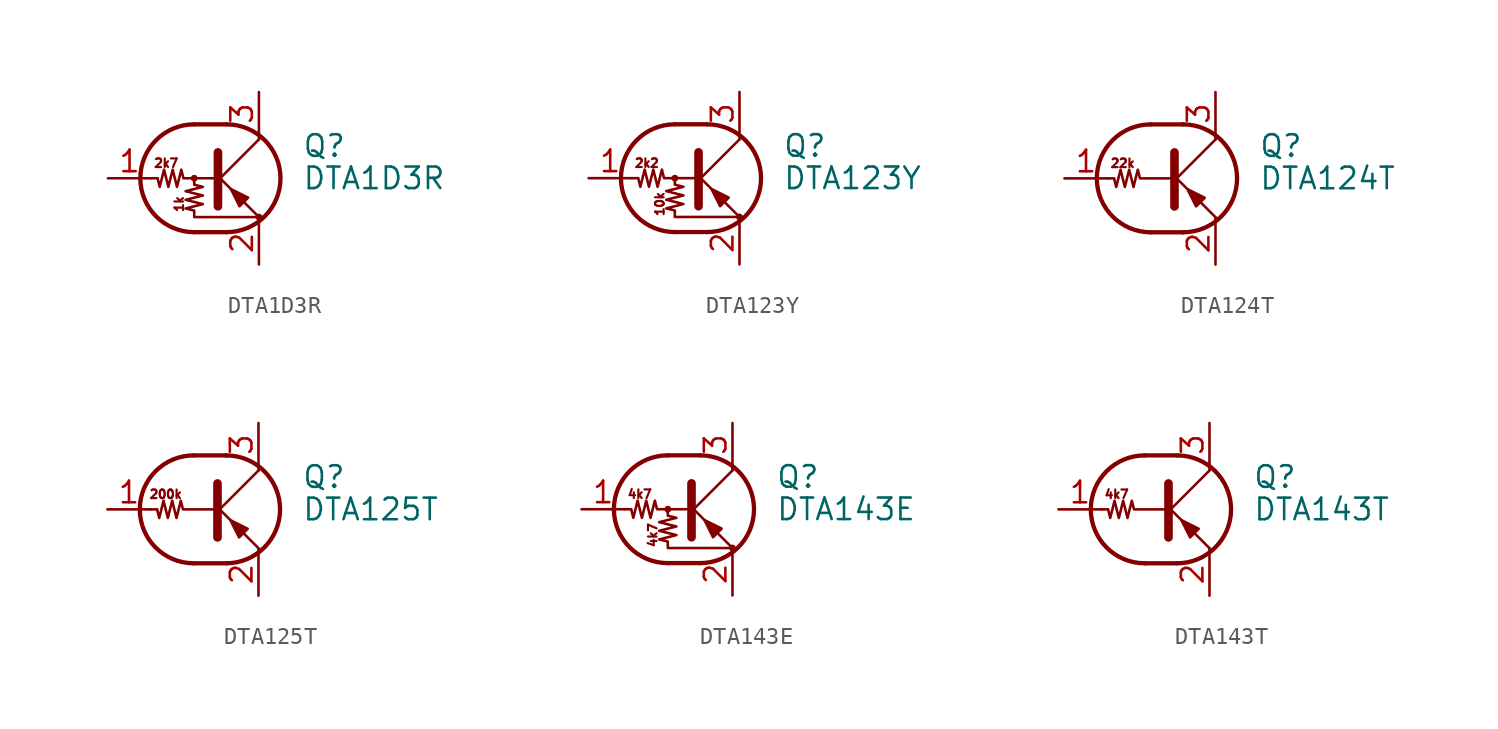
<source format=kicad_sym>
(kicad_symbol_lib
  (version 20220914)
  (generator kicad_symbol_editor)
  (symbol "DTA1D3R"
    (pin_names
      (offset 0) hide)
    (property "Reference" "Q"
      (at 5.08 1.905 0)
      (effects (font (size 1.27 1.27)) (justify left)))
    (property "Value" "DTA1D3R"
      (at 5.08 0 0)
      (effects (font (size 1.27 1.27)) (justify left)))
    (symbol "DTA1D3R_0_0"
      (text "1k" (at -2.159 -1.524 900) (effects (font (size 0.508 0.508))))
      (text "2k7" (at -2.921 0.889 0) (effects (font (size 0.508 0.508)))))
    (symbol "DTA1D3R_0_1"
      (circle (center -1.27 0) (radius 0.127) (stroke (width 0) (type solid)) (fill (type none)))
      (arc (start -1.27 3.175) (mid -4.4312 0) (end -1.27 -3.175) (stroke (width 0.254) (type solid)) (fill (type none)))
      (polyline (pts (xy -3.429 0) (xy -3.81 0)) (stroke (width 0) (type solid)) (fill (type none)))
      (polyline (pts (xy -1.27 -3.175) (xy 0.635 -3.175)) (stroke (width 0.254) (type solid)) (fill (type none)))
      (polyline (pts (xy -1.27 3.175) (xy 0.635 3.175)) (stroke (width 0.254) (type solid)) (fill (type none)))
      (polyline (pts (xy 0 -0.254) (xy 2.54 2.286)) (stroke (width 0) (type solid)) (fill (type none)))
      (polyline (pts (xy 0.127 1.524) (xy 0.127 -1.651)) (stroke (width 0.508) (type solid)) (fill (type outline)))
      (polyline (pts (xy 2.54 2.286) (xy 2.54 2.54)) (stroke (width 0) (type solid)) (fill (type none)))
      (polyline (pts (xy 2.54 -2.286) (xy 0 0.254) (xy 0 0.254)) (stroke (width 0) (type solid)) (fill (type none)))
      (polyline (pts (xy 1.397 -1.651) (xy 1.905 -1.143) (xy 0.889 -0.635) (xy 1.397 -1.651)) (stroke (width 0) (type solid)) (fill (type outline)))
      (polyline (pts (xy 0 0) (xy -1.905 0) (xy -2.032 0.508) (xy -2.286 -0.508) (xy -2.54 0.508) (xy -2.794 -0.508) (xy -3.048 0.508) (xy -3.302 -0.508) (xy -3.429 0)) (stroke (width 0) (type solid)) (fill (type none)))
      (polyline (pts (xy -1.27 0) (xy -1.27 -0.381) (xy -0.762 -0.508) (xy -1.778 -0.762) (xy -0.762 -1.016) (xy -1.778 -1.27) (xy -0.762 -1.524) (xy -1.778 -1.778) (xy -1.27 -1.905) (xy -1.27 -2.286) (xy 2.54 -2.286)) (stroke (width 0) (type solid)) (fill (type none)))
      (arc (start 0.635 -3.175) (mid 3.7962 0) (end 0.635 3.175) (stroke (width 0.254) (type solid)) (fill (type none)))
      (circle (center 2.54 -2.286) (radius 0.127) (stroke (width 0) (type solid)) (fill (type none))))
    (symbol "DTA1D3R_1_1"
      (pin input line (at -6.35 0 0) (length 2.54) (name "B" (effects (font (size 1.27 1.27)))) (number "1" (effects (font (size 1.27 1.27)))))
      (pin passive line (at 2.54 -5.08 90) (length 2.54) (name "E" (effects (font (size 1.27 1.27)))) (number "2" (effects (font (size 1.27 1.27)))))
      (pin passive line (at 2.54 5.08 270) (length 2.54) (name "C" (effects (font (size 1.27 1.27)))) (number "3" (effects (font (size 1.27 1.27)))))))
  (symbol "DTA123Y"
    (pin_names
      (offset 0) hide)
    (property "Reference" "Q"
      (at 5.08 1.905 0)
      (effects (font (size 1.27 1.27)) (justify left)))
    (property "Value" "DTA123Y"
      (at 5.08 0 0)
      (effects (font (size 1.27 1.27)) (justify left)))
    (symbol "DTA123Y_0_0"
      (text "10k" (at -2.159 -1.524 900) (effects (font (size 0.508 0.508))))
      (text "2k2" (at -2.921 0.889 0) (effects (font (size 0.508 0.508)))))
    (symbol "DTA123Y_0_1"
      (circle (center -1.27 0) (radius 0.127) (stroke (width 0) (type solid)) (fill (type none)))
      (arc (start -1.27 3.175) (mid -4.4312 0) (end -1.27 -3.175) (stroke (width 0.254) (type solid)) (fill (type none)))
      (polyline (pts (xy -3.429 0) (xy -3.81 0)) (stroke (width 0) (type solid)) (fill (type none)))
      (polyline (pts (xy -1.27 -3.175) (xy 0.635 -3.175)) (stroke (width 0.254) (type solid)) (fill (type none)))
      (polyline (pts (xy -1.27 3.175) (xy 0.635 3.175)) (stroke (width 0.254) (type solid)) (fill (type none)))
      (polyline (pts (xy 0 -0.254) (xy 2.54 2.286)) (stroke (width 0) (type solid)) (fill (type none)))
      (polyline (pts (xy 0.127 1.524) (xy 0.127 -1.651)) (stroke (width 0.508) (type solid)) (fill (type outline)))
      (polyline (pts (xy 2.54 2.286) (xy 2.54 2.54)) (stroke (width 0) (type solid)) (fill (type none)))
      (polyline (pts (xy 2.54 -2.286) (xy 0 0.254) (xy 0 0.254)) (stroke (width 0) (type solid)) (fill (type none)))
      (polyline (pts (xy 1.397 -1.651) (xy 1.905 -1.143) (xy 0.889 -0.635) (xy 1.397 -1.651)) (stroke (width 0) (type solid)) (fill (type outline)))
      (polyline (pts (xy 0 0) (xy -1.905 0) (xy -2.032 0.508) (xy -2.286 -0.508) (xy -2.54 0.508) (xy -2.794 -0.508) (xy -3.048 0.508) (xy -3.302 -0.508) (xy -3.429 0)) (stroke (width 0) (type solid)) (fill (type none)))
      (polyline (pts (xy -1.27 0) (xy -1.27 -0.381) (xy -0.762 -0.508) (xy -1.778 -0.762) (xy -0.762 -1.016) (xy -1.778 -1.27) (xy -0.762 -1.524) (xy -1.778 -1.778) (xy -1.27 -1.905) (xy -1.27 -2.286) (xy 2.54 -2.286)) (stroke (width 0) (type solid)) (fill (type none)))
      (arc (start 0.635 -3.175) (mid 3.7962 0) (end 0.635 3.175) (stroke (width 0.254) (type solid)) (fill (type none)))
      (circle (center 2.54 -2.286) (radius 0.127) (stroke (width 0) (type solid)) (fill (type none))))
    (symbol "DTA123Y_1_1"
      (pin input line (at -6.35 0 0) (length 2.54) (name "B" (effects (font (size 1.27 1.27)))) (number "1" (effects (font (size 1.27 1.27)))))
      (pin passive line (at 2.54 -5.08 90) (length 2.54) (name "E" (effects (font (size 1.27 1.27)))) (number "2" (effects (font (size 1.27 1.27)))))
      (pin passive line (at 2.54 5.08 270) (length 2.54) (name "C" (effects (font (size 1.27 1.27)))) (number "3" (effects (font (size 1.27 1.27)))))))
  (symbol "DTA124T"
    (pin_names
      (offset 0) hide)
    (property "Reference" "Q"
      (at 5.08 1.905 0)
      (effects (font (size 1.27 1.27)) (justify left)))
    (property "Value" "DTA124T"
      (at 5.08 0 0)
      (effects (font (size 1.27 1.27)) (justify left)))
    (symbol "DTA124T_0_0"
      (polyline (pts (xy 2.54 -2.286) (xy 2.54 -2.54)) (stroke (width 0) (type solid)) (fill (type none)))
      (text "22k" (at -2.921 0.889 0) (effects (font (size 0.508 0.508)))))
    (symbol "DTA124T_0_1"
      (arc (start -1.27 3.175) (mid -4.4312 0) (end -1.27 -3.175) (stroke (width 0.254) (type solid)) (fill (type none)))
      (polyline (pts (xy -3.429 0) (xy -3.81 0)) (stroke (width 0) (type solid)) (fill (type none)))
      (polyline (pts (xy -1.27 -3.175) (xy 0.635 -3.175)) (stroke (width 0.254) (type solid)) (fill (type none)))
      (polyline (pts (xy -1.27 3.175) (xy 0.635 3.175)) (stroke (width 0.254) (type solid)) (fill (type none)))
      (polyline (pts (xy 0 -0.254) (xy 2.54 2.286)) (stroke (width 0) (type solid)) (fill (type none)))
      (polyline (pts (xy 0.127 1.524) (xy 0.127 -1.651)) (stroke (width 0.508) (type solid)) (fill (type outline)))
      (polyline (pts (xy 2.54 2.286) (xy 2.54 2.54)) (stroke (width 0) (type solid)) (fill (type none)))
      (polyline (pts (xy 2.54 -2.286) (xy 0 0.254) (xy 0 0.254)) (stroke (width 0) (type solid)) (fill (type none)))
      (polyline (pts (xy 1.397 -1.651) (xy 1.905 -1.143) (xy 0.889 -0.635) (xy 1.397 -1.651)) (stroke (width 0) (type solid)) (fill (type outline)))
      (polyline (pts (xy 0 0) (xy -1.905 0) (xy -2.032 0.508) (xy -2.286 -0.508) (xy -2.54 0.508) (xy -2.794 -0.508) (xy -3.048 0.508) (xy -3.302 -0.508) (xy -3.429 0)) (stroke (width 0) (type solid)) (fill (type none)))
      (arc (start 0.635 -3.175) (mid 3.7962 0) (end 0.635 3.175) (stroke (width 0.254) (type solid)) (fill (type none))))
    (symbol "DTA124T_1_1"
      (pin input line (at -6.35 0 0) (length 2.54) (name "B" (effects (font (size 1.27 1.27)))) (number "1" (effects (font (size 1.27 1.27)))))
      (pin passive line (at 2.54 -5.08 90) (length 2.54) (name "E" (effects (font (size 1.27 1.27)))) (number "2" (effects (font (size 1.27 1.27)))))
      (pin passive line (at 2.54 5.08 270) (length 2.54) (name "C" (effects (font (size 1.27 1.27)))) (number "3" (effects (font (size 1.27 1.27)))))))
  (symbol "DTA125T"
    (pin_names
      (offset 0) hide)
    (property "Reference" "Q"
      (at 5.08 1.905 0)
      (effects (font (size 1.27 1.27)) (justify left)))
    (property "Value" "DTA125T"
      (at 5.08 0 0)
      (effects (font (size 1.27 1.27)) (justify left)))
    (symbol "DTA125T_0_0"
      (polyline (pts (xy 2.54 -2.286) (xy 2.54 -2.54)) (stroke (width 0) (type solid)) (fill (type none)))
      (text "200k" (at -2.921 0.889 0) (effects (font (size 0.508 0.508)))))
    (symbol "DTA125T_0_1"
      (arc (start -1.27 3.175) (mid -4.4312 0) (end -1.27 -3.175) (stroke (width 0.254) (type solid)) (fill (type none)))
      (polyline (pts (xy -3.429 0) (xy -3.81 0)) (stroke (width 0) (type solid)) (fill (type none)))
      (polyline (pts (xy -1.27 -3.175) (xy 0.635 -3.175)) (stroke (width 0.254) (type solid)) (fill (type none)))
      (polyline (pts (xy -1.27 3.175) (xy 0.635 3.175)) (stroke (width 0.254) (type solid)) (fill (type none)))
      (polyline (pts (xy 0 -0.254) (xy 2.54 2.286)) (stroke (width 0) (type solid)) (fill (type none)))
      (polyline (pts (xy 0.127 1.524) (xy 0.127 -1.651)) (stroke (width 0.508) (type solid)) (fill (type outline)))
      (polyline (pts (xy 2.54 2.286) (xy 2.54 2.54)) (stroke (width 0) (type solid)) (fill (type none)))
      (polyline (pts (xy 2.54 -2.286) (xy 0 0.254) (xy 0 0.254)) (stroke (width 0) (type solid)) (fill (type none)))
      (polyline (pts (xy 1.397 -1.651) (xy 1.905 -1.143) (xy 0.889 -0.635) (xy 1.397 -1.651)) (stroke (width 0) (type solid)) (fill (type outline)))
      (polyline (pts (xy 0 0) (xy -1.905 0) (xy -2.032 0.508) (xy -2.286 -0.508) (xy -2.54 0.508) (xy -2.794 -0.508) (xy -3.048 0.508) (xy -3.302 -0.508) (xy -3.429 0)) (stroke (width 0) (type solid)) (fill (type none)))
      (arc (start 0.635 -3.175) (mid 3.7962 0) (end 0.635 3.175) (stroke (width 0.254) (type solid)) (fill (type none))))
    (symbol "DTA125T_1_1"
      (pin input line (at -6.35 0 0) (length 2.54) (name "B" (effects (font (size 1.27 1.27)))) (number "1" (effects (font (size 1.27 1.27)))))
      (pin passive line (at 2.54 -5.08 90) (length 2.54) (name "E" (effects (font (size 1.27 1.27)))) (number "2" (effects (font (size 1.27 1.27)))))
      (pin passive line (at 2.54 5.08 270) (length 2.54) (name "C" (effects (font (size 1.27 1.27)))) (number "3" (effects (font (size 1.27 1.27)))))))
  (symbol "DTA143E"
    (pin_names
      (offset 0) hide)
    (property "Reference" "Q"
      (at 5.08 1.905 0)
      (effects (font (size 1.27 1.27)) (justify left)))
    (property "Value" "DTA143E"
      (at 5.08 0 0)
      (effects (font (size 1.27 1.27)) (justify left)))
    (symbol "DTA143E_0_0"
      (text "4k7" (at -2.921 0.889 0) (effects (font (size 0.508 0.508))))
      (text "4k7" (at -2.159 -1.524 900) (effects (font (size 0.508 0.508)))))
    (symbol "DTA143E_0_1"
      (circle (center -1.27 0) (radius 0.127) (stroke (width 0) (type solid)) (fill (type none)))
      (arc (start -1.27 3.175) (mid -4.4312 0) (end -1.27 -3.175) (stroke (width 0.254) (type solid)) (fill (type none)))
      (polyline (pts (xy -3.429 0) (xy -3.81 0)) (stroke (width 0) (type solid)) (fill (type none)))
      (polyline (pts (xy -1.27 -3.175) (xy 0.635 -3.175)) (stroke (width 0.254) (type solid)) (fill (type none)))
      (polyline (pts (xy -1.27 3.175) (xy 0.635 3.175)) (stroke (width 0.254) (type solid)) (fill (type none)))
      (polyline (pts (xy 0 -0.254) (xy 2.54 2.286)) (stroke (width 0) (type solid)) (fill (type none)))
      (polyline (pts (xy 0.127 1.524) (xy 0.127 -1.651)) (stroke (width 0.508) (type solid)) (fill (type outline)))
      (polyline (pts (xy 2.54 2.286) (xy 2.54 2.54)) (stroke (width 0) (type solid)) (fill (type none)))
      (polyline (pts (xy 2.54 -2.286) (xy 0 0.254) (xy 0 0.254)) (stroke (width 0) (type solid)) (fill (type none)))
      (polyline (pts (xy 1.397 -1.651) (xy 1.905 -1.143) (xy 0.889 -0.635) (xy 1.397 -1.651)) (stroke (width 0) (type solid)) (fill (type outline)))
      (polyline (pts (xy 0 0) (xy -1.905 0) (xy -2.032 0.508) (xy -2.286 -0.508) (xy -2.54 0.508) (xy -2.794 -0.508) (xy -3.048 0.508) (xy -3.302 -0.508) (xy -3.429 0)) (stroke (width 0) (type solid)) (fill (type none)))
      (polyline (pts (xy -1.27 0) (xy -1.27 -0.381) (xy -0.762 -0.508) (xy -1.778 -0.762) (xy -0.762 -1.016) (xy -1.778 -1.27) (xy -0.762 -1.524) (xy -1.778 -1.778) (xy -1.27 -1.905) (xy -1.27 -2.286) (xy 2.54 -2.286)) (stroke (width 0) (type solid)) (fill (type none)))
      (arc (start 0.635 -3.175) (mid 3.7962 0) (end 0.635 3.175) (stroke (width 0.254) (type solid)) (fill (type none)))
      (circle (center 2.54 -2.286) (radius 0.127) (stroke (width 0) (type solid)) (fill (type none))))
    (symbol "DTA143E_1_1"
      (pin input line (at -6.35 0 0) (length 2.54) (name "B" (effects (font (size 1.27 1.27)))) (number "1" (effects (font (size 1.27 1.27)))))
      (pin passive line (at 2.54 -5.08 90) (length 2.54) (name "E" (effects (font (size 1.27 1.27)))) (number "2" (effects (font (size 1.27 1.27)))))
      (pin passive line (at 2.54 5.08 270) (length 2.54) (name "C" (effects (font (size 1.27 1.27)))) (number "3" (effects (font (size 1.27 1.27)))))))
  (symbol "DTA143T"
    (pin_names
      (offset 0) hide)
    (property "Reference" "Q"
      (at 5.08 1.905 0)
      (effects (font (size 1.27 1.27)) (justify left)))
    (property "Value" "DTA143T"
      (at 5.08 0 0)
      (effects (font (size 1.27 1.27)) (justify left)))
    (symbol "DTA143T_0_0"
      (polyline (pts (xy 2.54 -2.286) (xy 2.54 -2.54)) (stroke (width 0) (type solid)) (fill (type none)))
      (text "4k7" (at -2.921 0.889 0) (effects (font (size 0.508 0.508)))))
    (symbol "DTA143T_0_1"
      (arc (start -1.27 3.175) (mid -4.4312 0) (end -1.27 -3.175) (stroke (width 0.254) (type solid)) (fill (type none)))
      (polyline (pts (xy -3.429 0) (xy -3.81 0)) (stroke (width 0) (type solid)) (fill (type none)))
      (polyline (pts (xy -1.27 -3.175) (xy 0.635 -3.175)) (stroke (width 0.254) (type solid)) (fill (type none)))
      (polyline (pts (xy -1.27 3.175) (xy 0.635 3.175)) (stroke (width 0.254) (type solid)) (fill (type none)))
      (polyline (pts (xy 0 -0.254) (xy 2.54 2.286)) (stroke (width 0) (type solid)) (fill (type none)))
      (polyline (pts (xy 0.127 1.524) (xy 0.127 -1.651)) (stroke (width 0.508) (type solid)) (fill (type outline)))
      (polyline (pts (xy 2.54 2.286) (xy 2.54 2.54)) (stroke (width 0) (type solid)) (fill (type none)))
      (polyline (pts (xy 2.54 -2.286) (xy 0 0.254) (xy 0 0.254)) (stroke (width 0) (type solid)) (fill (type none)))
      (polyline (pts (xy 1.397 -1.651) (xy 1.905 -1.143) (xy 0.889 -0.635) (xy 1.397 -1.651)) (stroke (width 0) (type solid)) (fill (type outline)))
      (polyline (pts (xy 0 0) (xy -1.905 0) (xy -2.032 0.508) (xy -2.286 -0.508) (xy -2.54 0.508) (xy -2.794 -0.508) (xy -3.048 0.508) (xy -3.302 -0.508) (xy -3.429 0)) (stroke (width 0) (type solid)) (fill (type none)))
      (arc (start 0.635 -3.175) (mid 3.7962 0) (end 0.635 3.175) (stroke (width 0.254) (type solid)) (fill (type none))))
    (symbol "DTA143T_1_1"
      (pin input line (at -6.35 0 0) (length 2.54) (name "B" (effects (font (size 1.27 1.27)))) (number "1" (effects (font (size 1.27 1.27)))))
      (pin passive line (at 2.54 -5.08 90) (length 2.54) (name "E" (effects (font (size 1.27 1.27)))) (number "2" (effects (font (size 1.27 1.27)))))
      (pin passive line (at 2.54 5.08 270) (length 2.54) (name "C" (effects (font (size 1.27 1.27)))) (number "3" (effects (font (size 1.27 1.27))))))))
</source>
